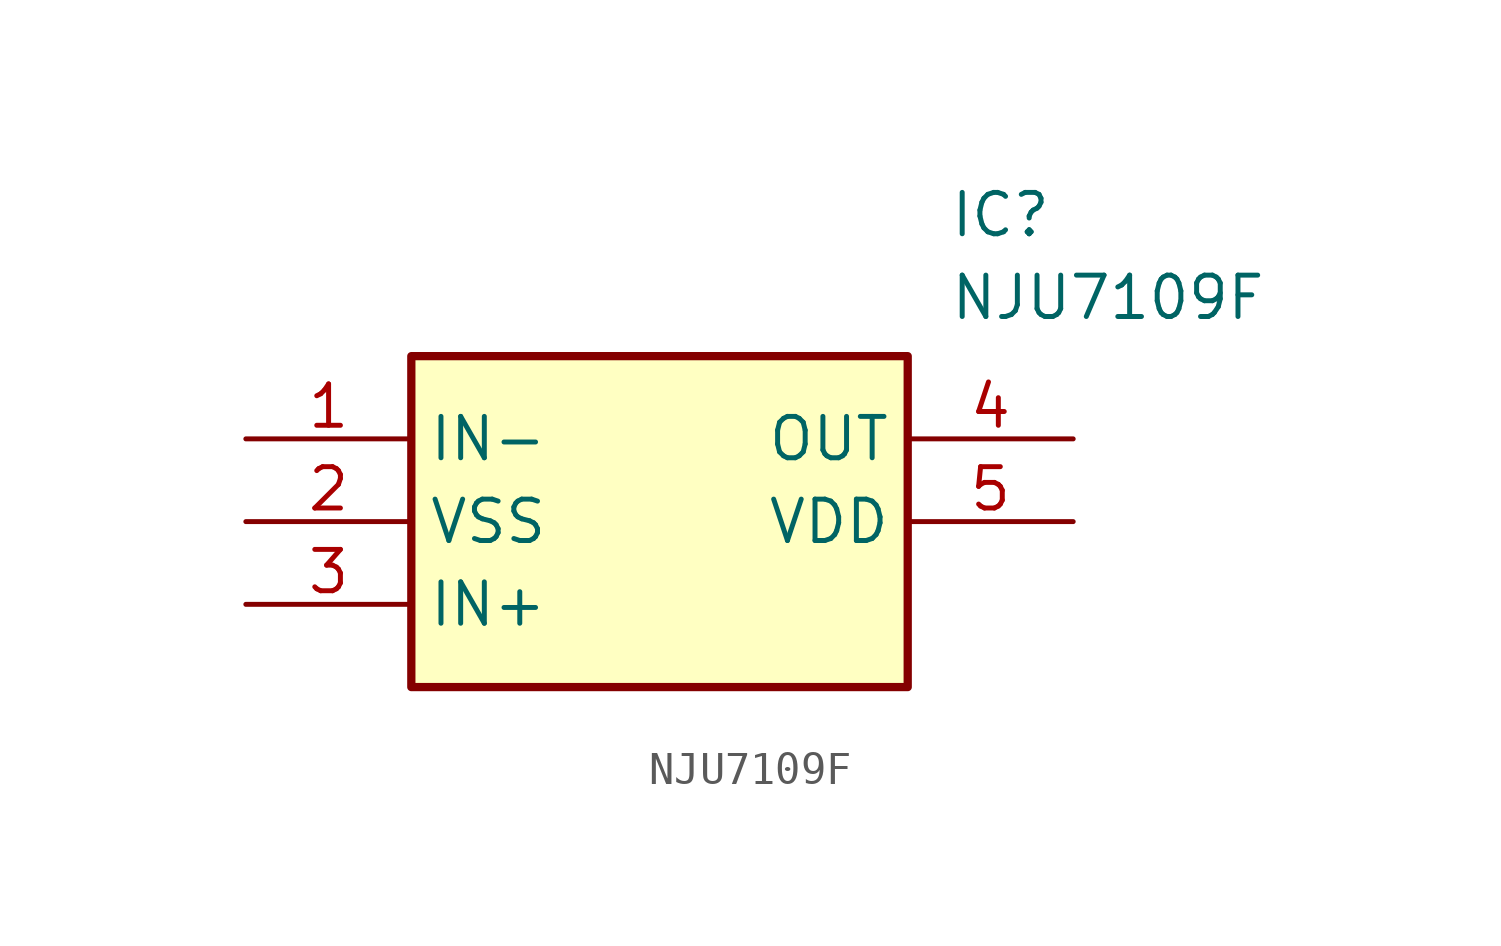
<source format=kicad_sym>
(kicad_symbol_lib
  (version 20211014)
  (generator SamacSys_ECAD_Model)
  (symbol "NJU7109F"
    (property "Reference" "IC"
      (at 21.59 7.62 0)
      (effects (font (size 1.27 1.27)) (justify left top)))
    (property "Value" "NJU7109F"
      (at 21.59 5.08 0)
      (effects (font (size 1.27 1.27)) (justify left top)))
    (rectangle
      (start 5.08 2.54)
      (end 20.32 -7.62)
      (stroke (width 0.254) (type default))
      (fill (type background)))
    (pin passive line
      (at 0 0 0)
      (length 5.08)
      (name "IN-" (effects (font (size 1.27 1.27))))
      (number "1" (effects (font (size 1.27 1.27)))))
    (pin passive line
      (at 0 -2.54 0)
      (length 5.08)
      (name "VSS" (effects (font (size 1.27 1.27))))
      (number "2" (effects (font (size 1.27 1.27)))))
    (pin passive line
      (at 0 -5.08 0)
      (length 5.08)
      (name "IN+" (effects (font (size 1.27 1.27))))
      (number "3" (effects (font (size 1.27 1.27)))))
    (pin passive line
      (at 25.4 0 180)
      (length 5.08)
      (name "OUT" (effects (font (size 1.27 1.27))))
      (number "4" (effects (font (size 1.27 1.27)))))
    (pin passive line
      (at 25.4 -2.54 180)
      (length 5.08)
      (name "VDD" (effects (font (size 1.27 1.27))))
      (number "5" (effects (font (size 1.27 1.27)))))))
</source>
